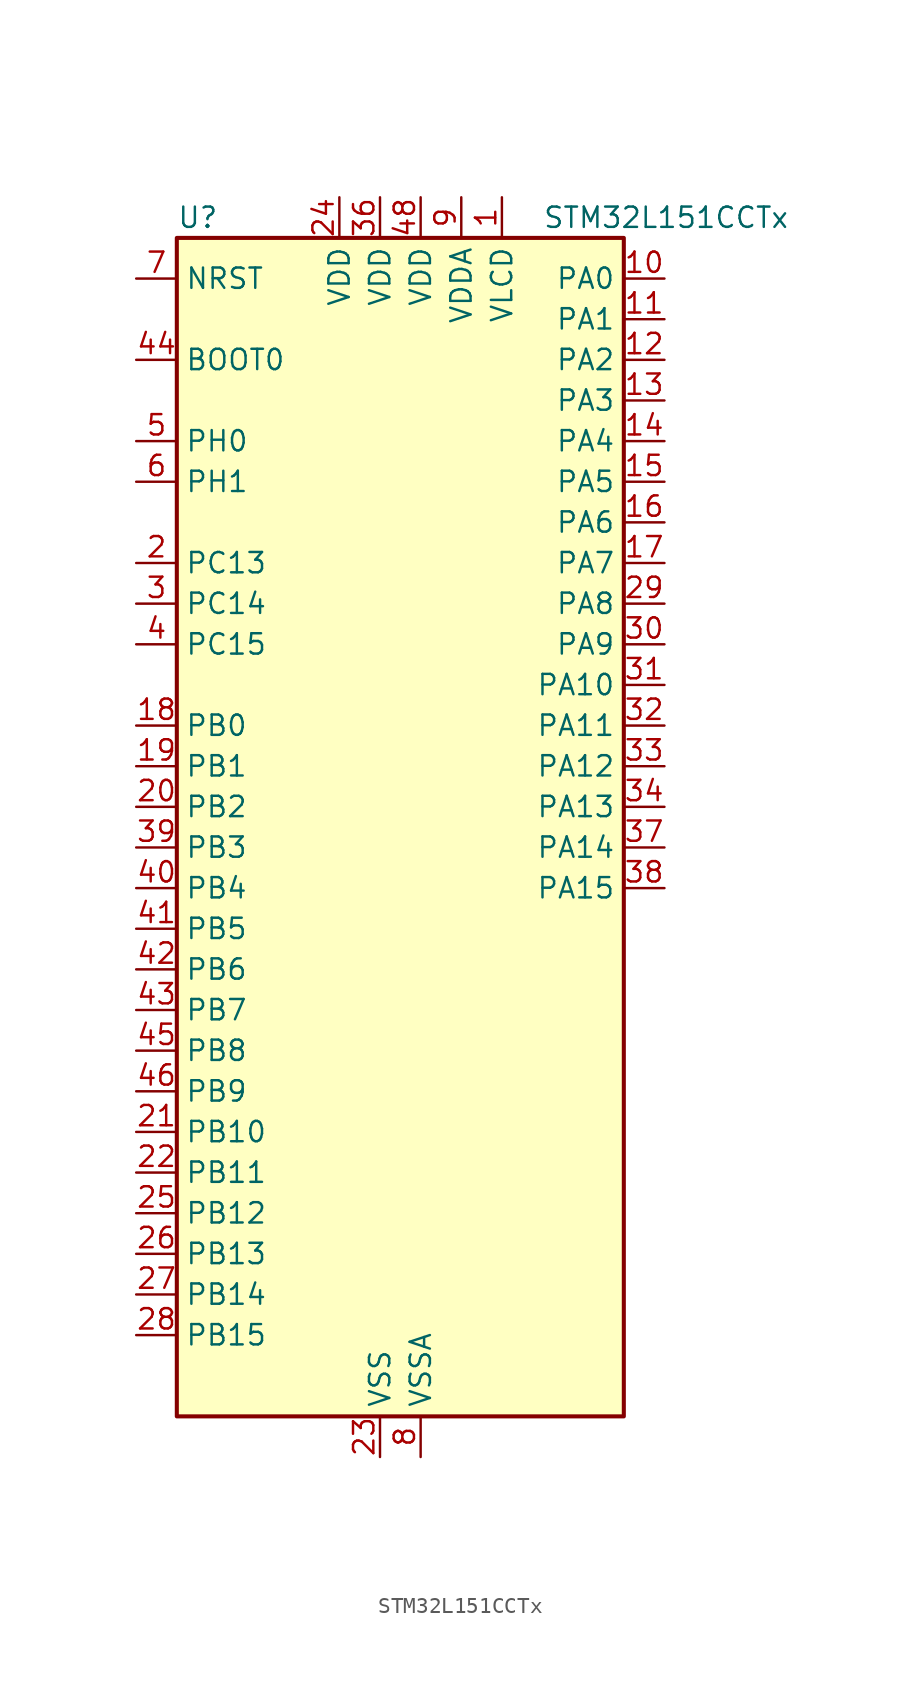
<source format=kicad_sym>
(kicad_symbol_lib
  (version 20231120)
  (generator "kicad_symbol_editor")
  (generator_version "8.0")
  (symbol "STM32L151CCTx"
    (property "Reference" "U"
      (at -12.7 39.37 0)
      (effects (font (size 1.27 1.27)) (justify left)))
    (property "Value" "STM32L151CCTx"
      (at 10.16 39.37 0)
      (effects (font (size 1.27 1.27)) (justify left)))
    (property "ki_locked" ""
      (at 0 0 0)
      (effects (font (size 1.27 1.27))))
    (symbol "STM32L151CCTx_0_1"
      (rectangle (start -12.7 -35.56) (end 15.24 38.1) (stroke (width 0.254) (type default)) (fill (type background))))
    (symbol "STM32L151CCTx_1_1"
      (pin power_in line (at 7.62 40.64 270) (length 2.54) (name "VLCD" (effects (font (size 1.27 1.27)))) (number "1" (effects (font (size 1.27 1.27)))))
      (pin bidirectional line (at 17.78 35.56 180) (length 2.54) (name "PA0" (effects (font (size 1.27 1.27)))) (number "10" (effects (font (size 1.27 1.27)))) (alternate "ADC_IN0" bidirectional line) (alternate "COMP1_INP" bidirectional line) (alternate "RTC_TAMP2" bidirectional line) (alternate "SYS_WKUP1" bidirectional line) (alternate "TIM2_CH1" bidirectional line) (alternate "TIM2_ETR" bidirectional line) (alternate "TIM5_CH1" bidirectional line) (alternate "TIMX_IC1" bidirectional line) (alternate "TS_G1_IO1" bidirectional line) (alternate "USART2_CTS" bidirectional line))
      (pin bidirectional line (at 17.78 33.02 180) (length 2.54) (name "PA1" (effects (font (size 1.27 1.27)))) (number "11" (effects (font (size 1.27 1.27)))) (alternate "ADC_IN1" bidirectional line) (alternate "COMP1_INP" bidirectional line) (alternate "OPAMP1_VINP" bidirectional line) (alternate "TIM2_CH2" bidirectional line) (alternate "TIM5_CH2" bidirectional line) (alternate "TIMX_IC2" bidirectional line) (alternate "TS_G1_IO2" bidirectional line) (alternate "USART2_RTS" bidirectional line))
      (pin bidirectional line (at 17.78 30.48 180) (length 2.54) (name "PA2" (effects (font (size 1.27 1.27)))) (number "12" (effects (font (size 1.27 1.27)))) (alternate "ADC_IN2" bidirectional line) (alternate "COMP1_INP" bidirectional line) (alternate "OPAMP1_VINM" bidirectional line) (alternate "TIM2_CH3" bidirectional line) (alternate "TIM5_CH3" bidirectional line) (alternate "TIM9_CH1" bidirectional line) (alternate "TIMX_IC3" bidirectional line) (alternate "TS_G1_IO3" bidirectional line) (alternate "USART2_TX" bidirectional line))
      (pin bidirectional line (at 17.78 27.94 180) (length 2.54) (name "PA3" (effects (font (size 1.27 1.27)))) (number "13" (effects (font (size 1.27 1.27)))) (alternate "ADC_IN3" bidirectional line) (alternate "COMP1_INP" bidirectional line) (alternate "OPAMP1_VOUT" bidirectional line) (alternate "TIM2_CH4" bidirectional line) (alternate "TIM5_CH4" bidirectional line) (alternate "TIM9_CH2" bidirectional line) (alternate "TIMX_IC4" bidirectional line) (alternate "TS_G1_IO4" bidirectional line) (alternate "USART2_RX" bidirectional line))
      (pin bidirectional line (at 17.78 25.4 180) (length 2.54) (name "PA4" (effects (font (size 1.27 1.27)))) (number "14" (effects (font (size 1.27 1.27)))) (alternate "ADC_IN4" bidirectional line) (alternate "COMP1_INP" bidirectional line) (alternate "DAC_OUT1" bidirectional line) (alternate "I2S3_WS" bidirectional line) (alternate "SPI1_NSS" bidirectional line) (alternate "SPI3_NSS" bidirectional line) (alternate "TIMX_IC1" bidirectional line) (alternate "USART2_CK" bidirectional line))
      (pin bidirectional line (at 17.78 22.86 180) (length 2.54) (name "PA5" (effects (font (size 1.27 1.27)))) (number "15" (effects (font (size 1.27 1.27)))) (alternate "ADC_IN5" bidirectional line) (alternate "COMP1_INP" bidirectional line) (alternate "DAC_OUT2" bidirectional line) (alternate "SPI1_SCK" bidirectional line) (alternate "TIM2_CH1" bidirectional line) (alternate "TIM2_ETR" bidirectional line) (alternate "TIMX_IC2" bidirectional line))
      (pin bidirectional line (at 17.78 20.32 180) (length 2.54) (name "PA6" (effects (font (size 1.27 1.27)))) (number "16" (effects (font (size 1.27 1.27)))) (alternate "ADC_IN6" bidirectional line) (alternate "COMP1_INP" bidirectional line) (alternate "OPAMP2_VINP" bidirectional line) (alternate "SPI1_MISO" bidirectional line) (alternate "TIM10_CH1" bidirectional line) (alternate "TIM3_CH1" bidirectional line) (alternate "TIMX_IC3" bidirectional line) (alternate "TS_G2_IO1" bidirectional line))
      (pin bidirectional line (at 17.78 17.78 180) (length 2.54) (name "PA7" (effects (font (size 1.27 1.27)))) (number "17" (effects (font (size 1.27 1.27)))) (alternate "ADC_IN7" bidirectional line) (alternate "COMP1_INP" bidirectional line) (alternate "OPAMP2_VINM" bidirectional line) (alternate "SPI1_MOSI" bidirectional line) (alternate "TIM11_CH1" bidirectional line) (alternate "TIM3_CH2" bidirectional line) (alternate "TIMX_IC4" bidirectional line) (alternate "TS_G2_IO2" bidirectional line))
      (pin bidirectional line (at -15.24 7.62 0) (length 2.54) (name "PB0" (effects (font (size 1.27 1.27)))) (number "18" (effects (font (size 1.27 1.27)))) (alternate "ADC_IN8" bidirectional line) (alternate "COMP1_INP" bidirectional line) (alternate "OPAMP2_VOUT" bidirectional line) (alternate "SYS_V_REF_OUT" bidirectional line) (alternate "TIM3_CH3" bidirectional line) (alternate "TS_G3_IO1" bidirectional line))
      (pin bidirectional line (at -15.24 5.08 0) (length 2.54) (name "PB1" (effects (font (size 1.27 1.27)))) (number "19" (effects (font (size 1.27 1.27)))) (alternate "ADC_IN9" bidirectional line) (alternate "COMP1_INP" bidirectional line) (alternate "SYS_V_REF_OUT" bidirectional line) (alternate "TIM3_CH4" bidirectional line) (alternate "TS_G3_IO2" bidirectional line))
      (pin bidirectional line (at -15.24 17.78 0) (length 2.54) (name "PC13" (effects (font (size 1.27 1.27)))) (number "2" (effects (font (size 1.27 1.27)))) (alternate "RTC_OUT_ALARM" bidirectional line) (alternate "RTC_OUT_CALIB" bidirectional line) (alternate "RTC_TAMP1" bidirectional line) (alternate "RTC_TS" bidirectional line) (alternate "SYS_WKUP2" bidirectional line) (alternate "TIMX_IC2" bidirectional line))
      (pin bidirectional line (at -15.24 2.54 0) (length 2.54) (name "PB2" (effects (font (size 1.27 1.27)))) (number "20" (effects (font (size 1.27 1.27)))) (alternate "TS_G3_IO3" bidirectional line))
      (pin bidirectional line (at -15.24 -17.78 0) (length 2.54) (name "PB10" (effects (font (size 1.27 1.27)))) (number "21" (effects (font (size 1.27 1.27)))) (alternate "I2C2_SCL" bidirectional line) (alternate "TIM2_CH3" bidirectional line) (alternate "USART3_TX" bidirectional line))
      (pin bidirectional line (at -15.24 -20.32 0) (length 2.54) (name "PB11" (effects (font (size 1.27 1.27)))) (number "22" (effects (font (size 1.27 1.27)))) (alternate "ADC_EXTI11" bidirectional line) (alternate "I2C2_SDA" bidirectional line) (alternate "TIM2_CH4" bidirectional line) (alternate "USART3_RX" bidirectional line))
      (pin power_in line (at 0 -38.1 90) (length 2.54) (name "VSS" (effects (font (size 1.27 1.27)))) (number "23" (effects (font (size 1.27 1.27)))))
      (pin power_in line (at -2.54 40.64 270) (length 2.54) (name "VDD" (effects (font (size 1.27 1.27)))) (number "24" (effects (font (size 1.27 1.27)))))
      (pin bidirectional line (at -15.24 -22.86 0) (length 2.54) (name "PB12" (effects (font (size 1.27 1.27)))) (number "25" (effects (font (size 1.27 1.27)))) (alternate "ADC_IN18" bidirectional line) (alternate "COMP1_INP" bidirectional line) (alternate "I2C2_SMBA" bidirectional line) (alternate "I2S2_WS" bidirectional line) (alternate "SPI2_NSS" bidirectional line) (alternate "TIM10_CH1" bidirectional line) (alternate "TS_G7_IO1" bidirectional line) (alternate "USART3_CK" bidirectional line))
      (pin bidirectional line (at -15.24 -25.4 0) (length 2.54) (name "PB13" (effects (font (size 1.27 1.27)))) (number "26" (effects (font (size 1.27 1.27)))) (alternate "ADC_IN19" bidirectional line) (alternate "COMP1_INP" bidirectional line) (alternate "I2S2_CK" bidirectional line) (alternate "SPI2_SCK" bidirectional line) (alternate "TIM9_CH1" bidirectional line) (alternate "TS_G7_IO2" bidirectional line) (alternate "USART3_CTS" bidirectional line))
      (pin bidirectional line (at -15.24 -27.94 0) (length 2.54) (name "PB14" (effects (font (size 1.27 1.27)))) (number "27" (effects (font (size 1.27 1.27)))) (alternate "ADC_IN20" bidirectional line) (alternate "COMP1_INP" bidirectional line) (alternate "SPI2_MISO" bidirectional line) (alternate "TIM9_CH2" bidirectional line) (alternate "TS_G7_IO3" bidirectional line) (alternate "USART3_RTS" bidirectional line))
      (pin bidirectional line (at -15.24 -30.48 0) (length 2.54) (name "PB15" (effects (font (size 1.27 1.27)))) (number "28" (effects (font (size 1.27 1.27)))) (alternate "ADC_EXTI15" bidirectional line) (alternate "ADC_IN21" bidirectional line) (alternate "COMP1_INP" bidirectional line) (alternate "I2S2_SD" bidirectional line) (alternate "RTC_REFIN" bidirectional line) (alternate "SPI2_MOSI" bidirectional line) (alternate "TIM11_CH1" bidirectional line) (alternate "TS_G7_IO4" bidirectional line))
      (pin bidirectional line (at 17.78 15.24 180) (length 2.54) (name "PA8" (effects (font (size 1.27 1.27)))) (number "29" (effects (font (size 1.27 1.27)))) (alternate "RCC_MCO" bidirectional line) (alternate "TIMX_IC1" bidirectional line) (alternate "TS_G4_IO1" bidirectional line) (alternate "USART1_CK" bidirectional line))
      (pin bidirectional line (at -15.24 15.24 0) (length 2.54) (name "PC14" (effects (font (size 1.27 1.27)))) (number "3" (effects (font (size 1.27 1.27)))) (alternate "RCC_OSC32_IN" bidirectional line) (alternate "TIMX_IC3" bidirectional line))
      (pin bidirectional line (at 17.78 12.7 180) (length 2.54) (name "PA9" (effects (font (size 1.27 1.27)))) (number "30" (effects (font (size 1.27 1.27)))) (alternate "DAC_EXTI9" bidirectional line) (alternate "TIMX_IC2" bidirectional line) (alternate "TS_G4_IO2" bidirectional line) (alternate "USART1_TX" bidirectional line))
      (pin bidirectional line (at 17.78 10.16 180) (length 2.54) (name "PA10" (effects (font (size 1.27 1.27)))) (number "31" (effects (font (size 1.27 1.27)))) (alternate "TIMX_IC3" bidirectional line) (alternate "TS_G4_IO3" bidirectional line) (alternate "USART1_RX" bidirectional line))
      (pin bidirectional line (at 17.78 7.62 180) (length 2.54) (name "PA11" (effects (font (size 1.27 1.27)))) (number "32" (effects (font (size 1.27 1.27)))) (alternate "ADC_EXTI11" bidirectional line) (alternate "SPI1_MISO" bidirectional line) (alternate "TIMX_IC4" bidirectional line) (alternate "USART1_CTS" bidirectional line) (alternate "USB_DM" bidirectional line))
      (pin bidirectional line (at 17.78 5.08 180) (length 2.54) (name "PA12" (effects (font (size 1.27 1.27)))) (number "33" (effects (font (size 1.27 1.27)))) (alternate "SPI1_MOSI" bidirectional line) (alternate "TIMX_IC1" bidirectional line) (alternate "USART1_RTS" bidirectional line) (alternate "USB_DP" bidirectional line))
      (pin bidirectional line (at 17.78 2.54 180) (length 2.54) (name "PA13" (effects (font (size 1.27 1.27)))) (number "34" (effects (font (size 1.27 1.27)))) (alternate "SYS_JTMS-SWDIO" bidirectional line) (alternate "TIMX_IC2" bidirectional line) (alternate "TS_G5_IO1" bidirectional line))
      (pin passive line (at 0 -38.1 90) (length 2.54) hide (name "VSS" (effects (font (size 1.27 1.27)))) (number "35" (effects (font (size 1.27 1.27)))))
      (pin power_in line (at 0 40.64 270) (length 2.54) (name "VDD" (effects (font (size 1.27 1.27)))) (number "36" (effects (font (size 1.27 1.27)))))
      (pin bidirectional line (at 17.78 0 180) (length 2.54) (name "PA14" (effects (font (size 1.27 1.27)))) (number "37" (effects (font (size 1.27 1.27)))) (alternate "SYS_JTCK-SWCLK" bidirectional line) (alternate "TIMX_IC3" bidirectional line) (alternate "TS_G5_IO2" bidirectional line))
      (pin bidirectional line (at 17.78 -2.54 180) (length 2.54) (name "PA15" (effects (font (size 1.27 1.27)))) (number "38" (effects (font (size 1.27 1.27)))) (alternate "ADC_EXTI15" bidirectional line) (alternate "I2S3_WS" bidirectional line) (alternate "SPI1_NSS" bidirectional line) (alternate "SPI3_NSS" bidirectional line) (alternate "SYS_JTDI" bidirectional line) (alternate "TIM2_CH1" bidirectional line) (alternate "TIM2_ETR" bidirectional line) (alternate "TIMX_IC4" bidirectional line) (alternate "TS_G5_IO3" bidirectional line))
      (pin bidirectional line (at -15.24 0 0) (length 2.54) (name "PB3" (effects (font (size 1.27 1.27)))) (number "39" (effects (font (size 1.27 1.27)))) (alternate "COMP2_INM" bidirectional line) (alternate "I2S3_CK" bidirectional line) (alternate "SPI1_SCK" bidirectional line) (alternate "SPI3_SCK" bidirectional line) (alternate "SYS_JTDO-TRACESWO" bidirectional line) (alternate "TIM2_CH2" bidirectional line))
      (pin bidirectional line (at -15.24 12.7 0) (length 2.54) (name "PC15" (effects (font (size 1.27 1.27)))) (number "4" (effects (font (size 1.27 1.27)))) (alternate "ADC_EXTI15" bidirectional line) (alternate "RCC_OSC32_OUT" bidirectional line) (alternate "TIMX_IC4" bidirectional line))
      (pin bidirectional line (at -15.24 -2.54 0) (length 2.54) (name "PB4" (effects (font (size 1.27 1.27)))) (number "40" (effects (font (size 1.27 1.27)))) (alternate "COMP2_INP" bidirectional line) (alternate "SPI1_MISO" bidirectional line) (alternate "SPI3_MISO" bidirectional line) (alternate "SYS_JTRST" bidirectional line) (alternate "TIM3_CH1" bidirectional line) (alternate "TS_G6_IO1" bidirectional line))
      (pin bidirectional line (at -15.24 -5.08 0) (length 2.54) (name "PB5" (effects (font (size 1.27 1.27)))) (number "41" (effects (font (size 1.27 1.27)))) (alternate "COMP2_INP" bidirectional line) (alternate "I2C1_SMBA" bidirectional line) (alternate "I2S3_SD" bidirectional line) (alternate "SPI1_MOSI" bidirectional line) (alternate "SPI3_MOSI" bidirectional line) (alternate "TIM3_CH2" bidirectional line) (alternate "TS_G6_IO2" bidirectional line))
      (pin bidirectional line (at -15.24 -7.62 0) (length 2.54) (name "PB6" (effects (font (size 1.27 1.27)))) (number "42" (effects (font (size 1.27 1.27)))) (alternate "COMP2_INP" bidirectional line) (alternate "I2C1_SCL" bidirectional line) (alternate "TIM4_CH1" bidirectional line) (alternate "TS_G6_IO3" bidirectional line) (alternate "USART1_TX" bidirectional line))
      (pin bidirectional line (at -15.24 -10.16 0) (length 2.54) (name "PB7" (effects (font (size 1.27 1.27)))) (number "43" (effects (font (size 1.27 1.27)))) (alternate "COMP2_INP" bidirectional line) (alternate "I2C1_SDA" bidirectional line) (alternate "SYS_PVD_IN" bidirectional line) (alternate "TIM4_CH2" bidirectional line) (alternate "TS_G6_IO4" bidirectional line) (alternate "USART1_RX" bidirectional line))
      (pin input line (at -15.24 30.48 0) (length 2.54) (name "BOOT0" (effects (font (size 1.27 1.27)))) (number "44" (effects (font (size 1.27 1.27)))))
      (pin bidirectional line (at -15.24 -12.7 0) (length 2.54) (name "PB8" (effects (font (size 1.27 1.27)))) (number "45" (effects (font (size 1.27 1.27)))) (alternate "I2C1_SCL" bidirectional line) (alternate "TIM10_CH1" bidirectional line) (alternate "TIM4_CH3" bidirectional line))
      (pin bidirectional line (at -15.24 -15.24 0) (length 2.54) (name "PB9" (effects (font (size 1.27 1.27)))) (number "46" (effects (font (size 1.27 1.27)))) (alternate "DAC_EXTI9" bidirectional line) (alternate "I2C1_SDA" bidirectional line) (alternate "TIM11_CH1" bidirectional line) (alternate "TIM4_CH4" bidirectional line))
      (pin passive line (at 0 -38.1 90) (length 2.54) hide (name "VSS" (effects (font (size 1.27 1.27)))) (number "47" (effects (font (size 1.27 1.27)))))
      (pin power_in line (at 2.54 40.64 270) (length 2.54) (name "VDD" (effects (font (size 1.27 1.27)))) (number "48" (effects (font (size 1.27 1.27)))))
      (pin bidirectional line (at -15.24 25.4 0) (length 2.54) (name "PH0" (effects (font (size 1.27 1.27)))) (number "5" (effects (font (size 1.27 1.27)))) (alternate "RCC_OSC_IN" bidirectional line))
      (pin bidirectional line (at -15.24 22.86 0) (length 2.54) (name "PH1" (effects (font (size 1.27 1.27)))) (number "6" (effects (font (size 1.27 1.27)))) (alternate "RCC_OSC_OUT" bidirectional line))
      (pin input line (at -15.24 35.56 0) (length 2.54) (name "NRST" (effects (font (size 1.27 1.27)))) (number "7" (effects (font (size 1.27 1.27)))))
      (pin power_in line (at 2.54 -38.1 90) (length 2.54) (name "VSSA" (effects (font (size 1.27 1.27)))) (number "8" (effects (font (size 1.27 1.27)))))
      (pin power_in line (at 5.08 40.64 270) (length 2.54) (name "VDDA" (effects (font (size 1.27 1.27)))) (number "9" (effects (font (size 1.27 1.27))))))))
</source>
